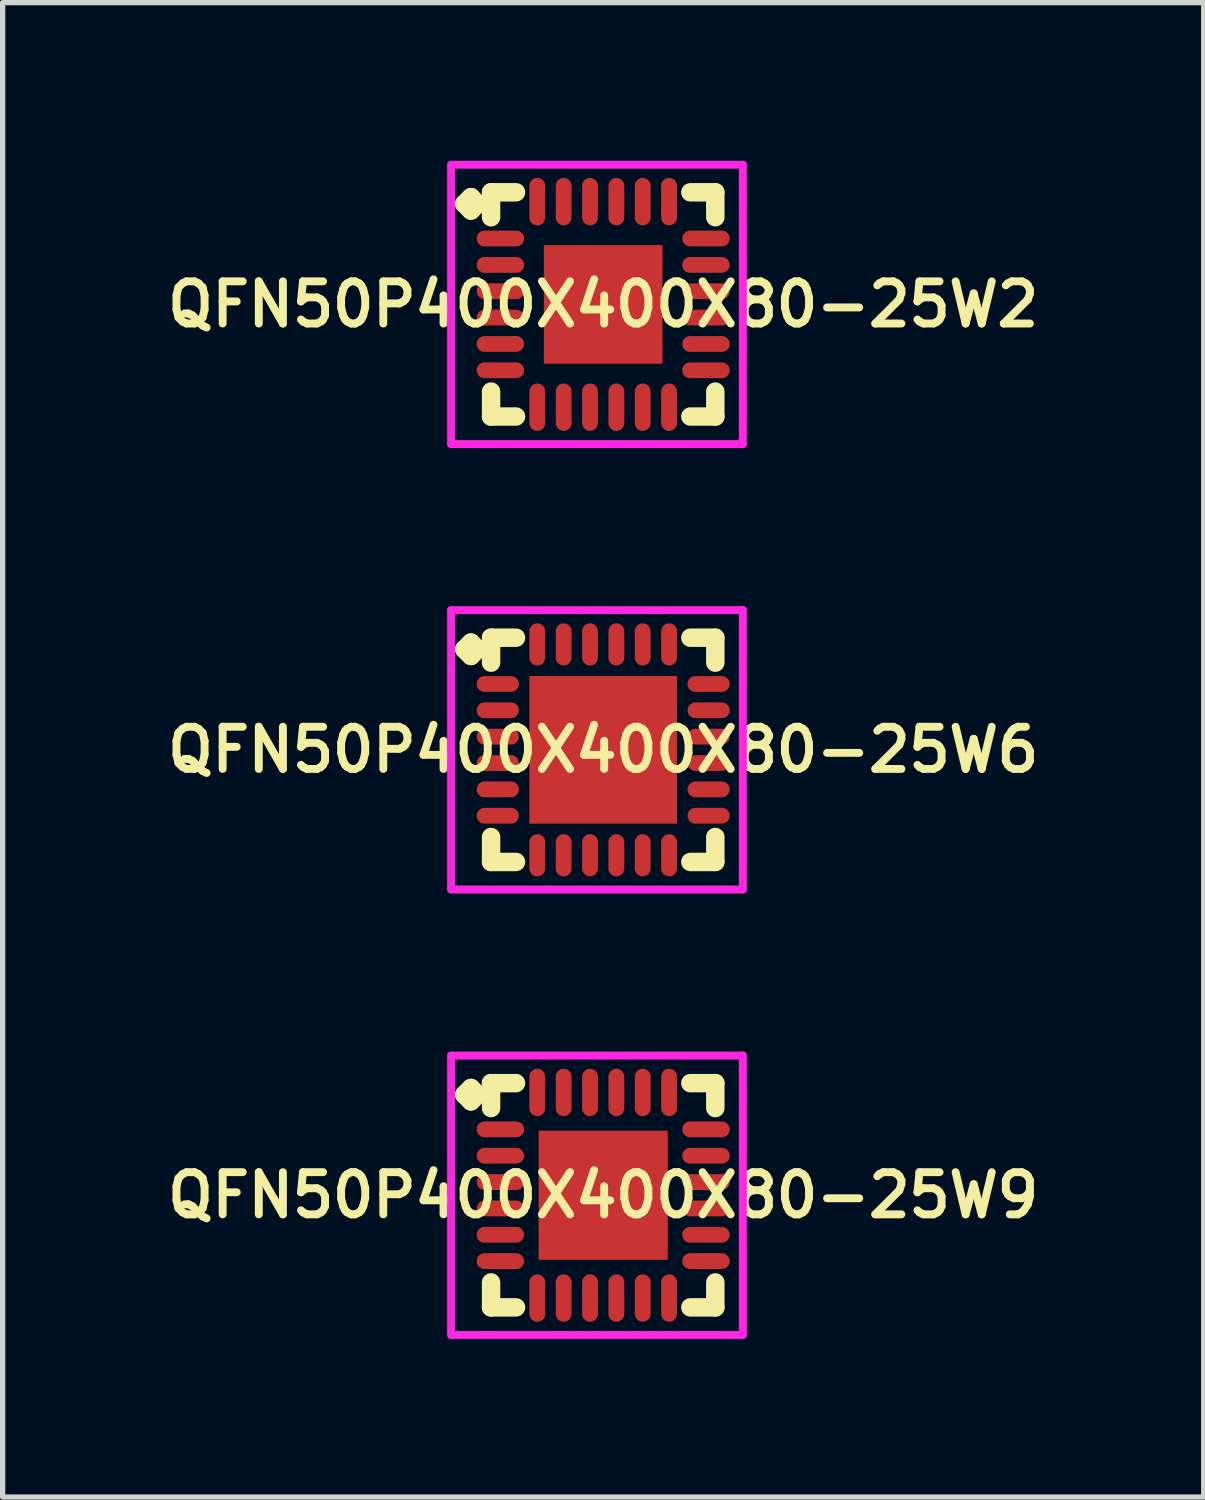
<source format=kicad_pcb>
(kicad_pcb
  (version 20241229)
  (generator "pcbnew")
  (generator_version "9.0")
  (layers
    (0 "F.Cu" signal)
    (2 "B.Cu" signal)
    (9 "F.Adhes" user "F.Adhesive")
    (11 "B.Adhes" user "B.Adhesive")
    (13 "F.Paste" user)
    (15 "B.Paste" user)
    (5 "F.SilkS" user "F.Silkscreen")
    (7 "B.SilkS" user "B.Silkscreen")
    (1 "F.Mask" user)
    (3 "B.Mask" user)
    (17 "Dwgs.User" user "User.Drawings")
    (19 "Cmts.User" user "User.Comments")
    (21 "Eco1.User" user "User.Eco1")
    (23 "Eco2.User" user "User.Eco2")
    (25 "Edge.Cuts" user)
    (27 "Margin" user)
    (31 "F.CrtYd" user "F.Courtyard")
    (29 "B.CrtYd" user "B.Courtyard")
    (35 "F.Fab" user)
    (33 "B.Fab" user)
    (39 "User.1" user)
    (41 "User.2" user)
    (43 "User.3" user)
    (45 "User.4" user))
  (footprint "QFN50P400X400X80-25W6"
    (layer "F.Cu")
    (at 8.393 11.175)
    (property "Reference" "QFN50P400X400X80-25W6" (at 0 0 0) (layer "F.SilkS") (effects (font (size 0.8 0.8) (thickness 0.15))))
    (attr smd)
    (fp_line (start -2.635 -1.908) (end -2.508 -2.035) (stroke (width 0.35) (type solid)) (layer "F.SilkS"))
    (fp_line (start -2.508 -2.035) (end -2.381 -1.908) (stroke (width 0.35) (type solid)) (layer "F.SilkS"))
    (fp_line (start -2.508 -1.781) (end -2.635 -1.908) (stroke (width 0.35) (type solid)) (layer "F.SilkS"))
    (fp_line (start -2.381 -1.908) (end -2.508 -1.781) (stroke (width 0.35) (type solid)) (layer "F.SilkS"))
    (fp_line (start -2.127 -2.127) (end -1.654 -2.127) (stroke (width 0.35) (type solid)) (layer "F.SilkS"))
    (fp_line (start -2.127 -1.654) (end -2.127 -2.127) (stroke (width 0.35) (type solid)) (layer "F.SilkS"))
    (fp_line (start -2.127 1.654) (end -2.127 2.127) (stroke (width 0.35) (type solid)) (layer "F.SilkS"))
    (fp_line (start -2.127 2.127) (end -1.654 2.127) (stroke (width 0.35) (type solid)) (layer "F.SilkS"))
    (fp_line (start 1.654 -2.127) (end 2.127 -2.127) (stroke (width 0.35) (type solid)) (layer "F.SilkS"))
    (fp_line (start 1.654 2.127) (end 2.127 2.127) (stroke (width 0.35) (type solid)) (layer "F.SilkS"))
    (fp_line (start 2.127 -2.127) (end 2.127 -1.654) (stroke (width 0.35) (type solid)) (layer "F.SilkS"))
    (fp_line (start 2.127 2.127) (end 2.127 1.654) (stroke (width 0.35) (type solid)) (layer "F.SilkS"))
    (fp_line (start -2.885 -2.65) (end 2.65 -2.65) (stroke (width 0.15) (type solid)) (layer "F.CrtYd"))
    (fp_line (start -2.885 2.65) (end -2.885 -2.65) (stroke (width 0.15) (type solid)) (layer "F.CrtYd"))
    (fp_line (start 2.65 -2.65) (end 2.65 2.65) (stroke (width 0.15) (type solid)) (layer "F.CrtYd"))
    (fp_line (start 2.65 2.65) (end -2.885 2.65) (stroke (width 0.15) (type solid)) (layer "F.CrtYd"))
    (pad "1" smd oval (at -2 -1.25) (size 0.8 0.3) (layers "F.Cu" "F.Mask" "F.Paste"))
    (pad "2" smd oval (at -2 -0.75) (size 0.8 0.3) (layers "F.Cu" "F.Mask" "F.Paste"))
    (pad "3" smd oval (at -2 -0.25) (size 0.8 0.3) (layers "F.Cu" "F.Mask" "F.Paste"))
    (pad "4" smd oval (at -2 0.25) (size 0.8 0.3) (layers "F.Cu" "F.Mask" "F.Paste"))
    (pad "5" smd oval (at -2 0.75) (size 0.8 0.3) (layers "F.Cu" "F.Mask" "F.Paste"))
    (pad "6" smd oval (at -2 1.25) (size 0.8 0.3) (layers "F.Cu" "F.Mask" "F.Paste"))
    (pad "7" smd oval (at -1.25 2) (size 0.3 0.8) (layers "F.Cu" "F.Mask" "F.Paste"))
    (pad "8" smd oval (at -0.75 2) (size 0.3 0.8) (layers "F.Cu" "F.Mask" "F.Paste"))
    (pad "9" smd oval (at -0.25 2) (size 0.3 0.8) (layers "F.Cu" "F.Mask" "F.Paste"))
    (pad "10" smd oval (at 0.25 2) (size 0.3 0.8) (layers "F.Cu" "F.Mask" "F.Paste"))
    (pad "11" smd oval (at 0.75 2) (size 0.3 0.8) (layers "F.Cu" "F.Mask" "F.Paste"))
    (pad "12" smd oval (at 1.25 2) (size 0.3 0.8) (layers "F.Cu" "F.Mask" "F.Paste"))
    (pad "13" smd oval (at 2 1.25) (size 0.8 0.3) (layers "F.Cu" "F.Mask" "F.Paste"))
    (pad "14" smd oval (at 2 0.75) (size 0.8 0.3) (layers "F.Cu" "F.Mask" "F.Paste"))
    (pad "15" smd oval (at 2 0.25) (size 0.8 0.3) (layers "F.Cu" "F.Mask" "F.Paste"))
    (pad "16" smd oval (at 2 -0.25) (size 0.8 0.3) (layers "F.Cu" "F.Mask" "F.Paste"))
    (pad "17" smd oval (at 2 -0.75) (size 0.8 0.3) (layers "F.Cu" "F.Mask" "F.Paste"))
    (pad "18" smd oval (at 2 -1.25) (size 0.8 0.3) (layers "F.Cu" "F.Mask" "F.Paste"))
    (pad "19" smd oval (at 1.25 -2) (size 0.3 0.8) (layers "F.Cu" "F.Mask" "F.Paste"))
    (pad "20" smd oval (at 0.75 -2) (size 0.3 0.8) (layers "F.Cu" "F.Mask" "F.Paste"))
    (pad "21" smd oval (at 0.25 -2) (size 0.3 0.8) (layers "F.Cu" "F.Mask" "F.Paste"))
    (pad "22" smd oval (at -0.25 -2) (size 0.3 0.8) (layers "F.Cu" "F.Mask" "F.Paste"))
    (pad "23" smd oval (at -0.75 -2) (size 0.3 0.8) (layers "F.Cu" "F.Mask" "F.Paste"))
    (pad "24" smd oval (at -1.25 -2) (size 0.3 0.8) (layers "F.Cu" "F.Mask" "F.Paste"))
    (pad "25" smd rect (at 0 0) (size 2.8 2.8) (layers "F.Cu" "F.Mask" "F.Paste")))
  (footprint "QFN50P400X400X80-25W2"
    (layer "F.Cu")
    (at 8.393 2.725)
    (property "Reference" "QFN50P400X400X80-25W2" (at 0 0 0) (layer "F.SilkS") (effects (font (size 0.8 0.8) (thickness 0.15))))
    (attr smd)
    (fp_line (start -2.635 -1.908) (end -2.508 -2.035) (stroke (width 0.35) (type solid)) (layer "F.SilkS"))
    (fp_line (start -2.508 -2.035) (end -2.381 -1.908) (stroke (width 0.35) (type solid)) (layer "F.SilkS"))
    (fp_line (start -2.508 -1.781) (end -2.635 -1.908) (stroke (width 0.35) (type solid)) (layer "F.SilkS"))
    (fp_line (start -2.381 -1.908) (end -2.508 -1.781) (stroke (width 0.35) (type solid)) (layer "F.SilkS"))
    (fp_line (start -2.127 -2.127) (end -1.654 -2.127) (stroke (width 0.35) (type solid)) (layer "F.SilkS"))
    (fp_line (start -2.127 -1.654) (end -2.127 -2.127) (stroke (width 0.35) (type solid)) (layer "F.SilkS"))
    (fp_line (start -2.127 1.654) (end -2.127 2.127) (stroke (width 0.35) (type solid)) (layer "F.SilkS"))
    (fp_line (start -2.127 2.127) (end -1.654 2.127) (stroke (width 0.35) (type solid)) (layer "F.SilkS"))
    (fp_line (start 1.654 -2.127) (end 2.127 -2.127) (stroke (width 0.35) (type solid)) (layer "F.SilkS"))
    (fp_line (start 1.654 2.127) (end 2.127 2.127) (stroke (width 0.35) (type solid)) (layer "F.SilkS"))
    (fp_line (start 2.127 -2.127) (end 2.127 -1.654) (stroke (width 0.35) (type solid)) (layer "F.SilkS"))
    (fp_line (start 2.127 2.127) (end 2.127 1.654) (stroke (width 0.35) (type solid)) (layer "F.SilkS"))
    (fp_line (start -2.885 -2.65) (end 2.65 -2.65) (stroke (width 0.15) (type solid)) (layer "F.CrtYd"))
    (fp_line (start -2.885 2.65) (end -2.885 -2.65) (stroke (width 0.15) (type solid)) (layer "F.CrtYd"))
    (fp_line (start 2.65 -2.65) (end 2.65 2.65) (stroke (width 0.15) (type solid)) (layer "F.CrtYd"))
    (fp_line (start 2.65 2.65) (end -2.885 2.65) (stroke (width 0.15) (type solid)) (layer "F.CrtYd"))
    (pad "1" smd oval (at -1.95 -1.25) (size 0.9 0.3) (layers "F.Cu" "F.Mask" "F.Paste"))
    (pad "2" smd oval (at -1.95 -0.75) (size 0.9 0.3) (layers "F.Cu" "F.Mask" "F.Paste"))
    (pad "3" smd oval (at -1.95 -0.25) (size 0.9 0.3) (layers "F.Cu" "F.Mask" "F.Paste"))
    (pad "4" smd oval (at -1.95 0.25) (size 0.9 0.3) (layers "F.Cu" "F.Mask" "F.Paste"))
    (pad "5" smd oval (at -1.95 0.75) (size 0.9 0.3) (layers "F.Cu" "F.Mask" "F.Paste"))
    (pad "6" smd oval (at -1.95 1.25) (size 0.9 0.3) (layers "F.Cu" "F.Mask" "F.Paste"))
    (pad "7" smd oval (at -1.25 1.95) (size 0.3 0.9) (layers "F.Cu" "F.Mask" "F.Paste"))
    (pad "8" smd oval (at -0.75 1.95) (size 0.3 0.9) (layers "F.Cu" "F.Mask" "F.Paste"))
    (pad "9" smd oval (at -0.25 1.95) (size 0.3 0.9) (layers "F.Cu" "F.Mask" "F.Paste"))
    (pad "10" smd oval (at 0.25 1.95) (size 0.3 0.9) (layers "F.Cu" "F.Mask" "F.Paste"))
    (pad "11" smd oval (at 0.75 1.95) (size 0.3 0.9) (layers "F.Cu" "F.Mask" "F.Paste"))
    (pad "12" smd oval (at 1.25 1.95) (size 0.3 0.9) (layers "F.Cu" "F.Mask" "F.Paste"))
    (pad "13" smd oval (at 1.95 1.25) (size 0.9 0.3) (layers "F.Cu" "F.Mask" "F.Paste"))
    (pad "14" smd oval (at 1.95 0.75) (size 0.9 0.3) (layers "F.Cu" "F.Mask" "F.Paste"))
    (pad "15" smd oval (at 1.95 0.25) (size 0.9 0.3) (layers "F.Cu" "F.Mask" "F.Paste"))
    (pad "16" smd oval (at 1.95 -0.25) (size 0.9 0.3) (layers "F.Cu" "F.Mask" "F.Paste"))
    (pad "17" smd oval (at 1.95 -0.75) (size 0.9 0.3) (layers "F.Cu" "F.Mask" "F.Paste"))
    (pad "18" smd oval (at 1.95 -1.25) (size 0.9 0.3) (layers "F.Cu" "F.Mask" "F.Paste"))
    (pad "19" smd oval (at 1.25 -1.95) (size 0.3 0.9) (layers "F.Cu" "F.Mask" "F.Paste"))
    (pad "20" smd oval (at 0.75 -1.95) (size 0.3 0.9) (layers "F.Cu" "F.Mask" "F.Paste"))
    (pad "21" smd oval (at 0.25 -1.95) (size 0.3 0.9) (layers "F.Cu" "F.Mask" "F.Paste"))
    (pad "22" smd oval (at -0.25 -1.95) (size 0.3 0.9) (layers "F.Cu" "F.Mask" "F.Paste"))
    (pad "23" smd oval (at -0.75 -1.95) (size 0.3 0.9) (layers "F.Cu" "F.Mask" "F.Paste"))
    (pad "24" smd oval (at -1.25 -1.95) (size 0.3 0.9) (layers "F.Cu" "F.Mask" "F.Paste"))
    (pad "25" smd rect (at 0 0) (size 2.25 2.25) (layers "F.Cu" "F.Mask" "F.Paste")))
  (footprint "QFN50P400X400X80-25W9"
    (layer "F.Cu")
    (at 8.393 19.625)
    (property "Reference" "QFN50P400X400X80-25W9" (at 0 0 0) (layer "F.SilkS") (effects (font (size 0.8 0.8) (thickness 0.15))))
    (attr smd)
    (fp_line (start -2.635 -1.908) (end -2.508 -2.035) (stroke (width 0.35) (type solid)) (layer "F.SilkS"))
    (fp_line (start -2.508 -2.035) (end -2.381 -1.908) (stroke (width 0.35) (type solid)) (layer "F.SilkS"))
    (fp_line (start -2.508 -1.781) (end -2.635 -1.908) (stroke (width 0.35) (type solid)) (layer "F.SilkS"))
    (fp_line (start -2.381 -1.908) (end -2.508 -1.781) (stroke (width 0.35) (type solid)) (layer "F.SilkS"))
    (fp_line (start -2.127 -2.127) (end -1.654 -2.127) (stroke (width 0.35) (type solid)) (layer "F.SilkS"))
    (fp_line (start -2.127 -1.654) (end -2.127 -2.127) (stroke (width 0.35) (type solid)) (layer "F.SilkS"))
    (fp_line (start -2.127 1.654) (end -2.127 2.127) (stroke (width 0.35) (type solid)) (layer "F.SilkS"))
    (fp_line (start -2.127 2.127) (end -1.654 2.127) (stroke (width 0.35) (type solid)) (layer "F.SilkS"))
    (fp_line (start 1.654 -2.127) (end 2.127 -2.127) (stroke (width 0.35) (type solid)) (layer "F.SilkS"))
    (fp_line (start 1.654 2.127) (end 2.127 2.127) (stroke (width 0.35) (type solid)) (layer "F.SilkS"))
    (fp_line (start 2.127 -2.127) (end 2.127 -1.654) (stroke (width 0.35) (type solid)) (layer "F.SilkS"))
    (fp_line (start 2.127 2.127) (end 2.127 1.654) (stroke (width 0.35) (type solid)) (layer "F.SilkS"))
    (fp_line (start -2.885 -2.65) (end 2.65 -2.65) (stroke (width 0.15) (type solid)) (layer "F.CrtYd"))
    (fp_line (start -2.885 2.65) (end -2.885 -2.65) (stroke (width 0.15) (type solid)) (layer "F.CrtYd"))
    (fp_line (start 2.65 -2.65) (end 2.65 2.65) (stroke (width 0.15) (type solid)) (layer "F.CrtYd"))
    (fp_line (start 2.65 2.65) (end -2.885 2.65) (stroke (width 0.15) (type solid)) (layer "F.CrtYd"))
    (pad "1" smd oval (at -1.95 -1.25) (size 0.9 0.3) (layers "F.Cu" "F.Mask" "F.Paste"))
    (pad "2" smd oval (at -1.95 -0.75) (size 0.9 0.3) (layers "F.Cu" "F.Mask" "F.Paste"))
    (pad "3" smd oval (at -1.95 -0.25) (size 0.9 0.3) (layers "F.Cu" "F.Mask" "F.Paste"))
    (pad "4" smd oval (at -1.95 0.25) (size 0.9 0.3) (layers "F.Cu" "F.Mask" "F.Paste"))
    (pad "5" smd oval (at -1.95 0.75) (size 0.9 0.3) (layers "F.Cu" "F.Mask" "F.Paste"))
    (pad "6" smd oval (at -1.95 1.25) (size 0.9 0.3) (layers "F.Cu" "F.Mask" "F.Paste"))
    (pad "7" smd oval (at -1.25 1.95) (size 0.3 0.9) (layers "F.Cu" "F.Mask" "F.Paste"))
    (pad "8" smd oval (at -0.75 1.95) (size 0.3 0.9) (layers "F.Cu" "F.Mask" "F.Paste"))
    (pad "9" smd oval (at -0.25 1.95) (size 0.3 0.9) (layers "F.Cu" "F.Mask" "F.Paste"))
    (pad "10" smd oval (at 0.25 1.95) (size 0.3 0.9) (layers "F.Cu" "F.Mask" "F.Paste"))
    (pad "11" smd oval (at 0.75 1.95) (size 0.3 0.9) (layers "F.Cu" "F.Mask" "F.Paste"))
    (pad "12" smd oval (at 1.25 1.95) (size 0.3 0.9) (layers "F.Cu" "F.Mask" "F.Paste"))
    (pad "13" smd oval (at 1.95 1.25) (size 0.9 0.3) (layers "F.Cu" "F.Mask" "F.Paste"))
    (pad "14" smd oval (at 1.95 0.75) (size 0.9 0.3) (layers "F.Cu" "F.Mask" "F.Paste"))
    (pad "15" smd oval (at 1.95 0.25) (size 0.9 0.3) (layers "F.Cu" "F.Mask" "F.Paste"))
    (pad "16" smd oval (at 1.95 -0.25) (size 0.9 0.3) (layers "F.Cu" "F.Mask" "F.Paste"))
    (pad "17" smd oval (at 1.95 -0.75) (size 0.9 0.3) (layers "F.Cu" "F.Mask" "F.Paste"))
    (pad "18" smd oval (at 1.95 -1.25) (size 0.9 0.3) (layers "F.Cu" "F.Mask" "F.Paste"))
    (pad "19" smd oval (at 1.25 -1.95) (size 0.3 0.9) (layers "F.Cu" "F.Mask" "F.Paste"))
    (pad "20" smd oval (at 0.75 -1.95) (size 0.3 0.9) (layers "F.Cu" "F.Mask" "F.Paste"))
    (pad "21" smd oval (at 0.25 -1.95) (size 0.3 0.9) (layers "F.Cu" "F.Mask" "F.Paste"))
    (pad "22" smd oval (at -0.25 -1.95) (size 0.3 0.9) (layers "F.Cu" "F.Mask" "F.Paste"))
    (pad "23" smd oval (at -0.75 -1.95) (size 0.3 0.9) (layers "F.Cu" "F.Mask" "F.Paste"))
    (pad "24" smd oval (at -1.25 -1.95) (size 0.3 0.9) (layers "F.Cu" "F.Mask" "F.Paste"))
    (pad "25" smd rect (at 0 0) (size 2.45 2.45) (layers "F.Cu" "F.Mask" "F.Paste")))
  (gr_rect
    (start -3 -3)
    (end 19.785 25.35)
    (stroke (width 0.1) (type default))
    (fill no)
    (layer "Edge.Cuts")))
</source>
